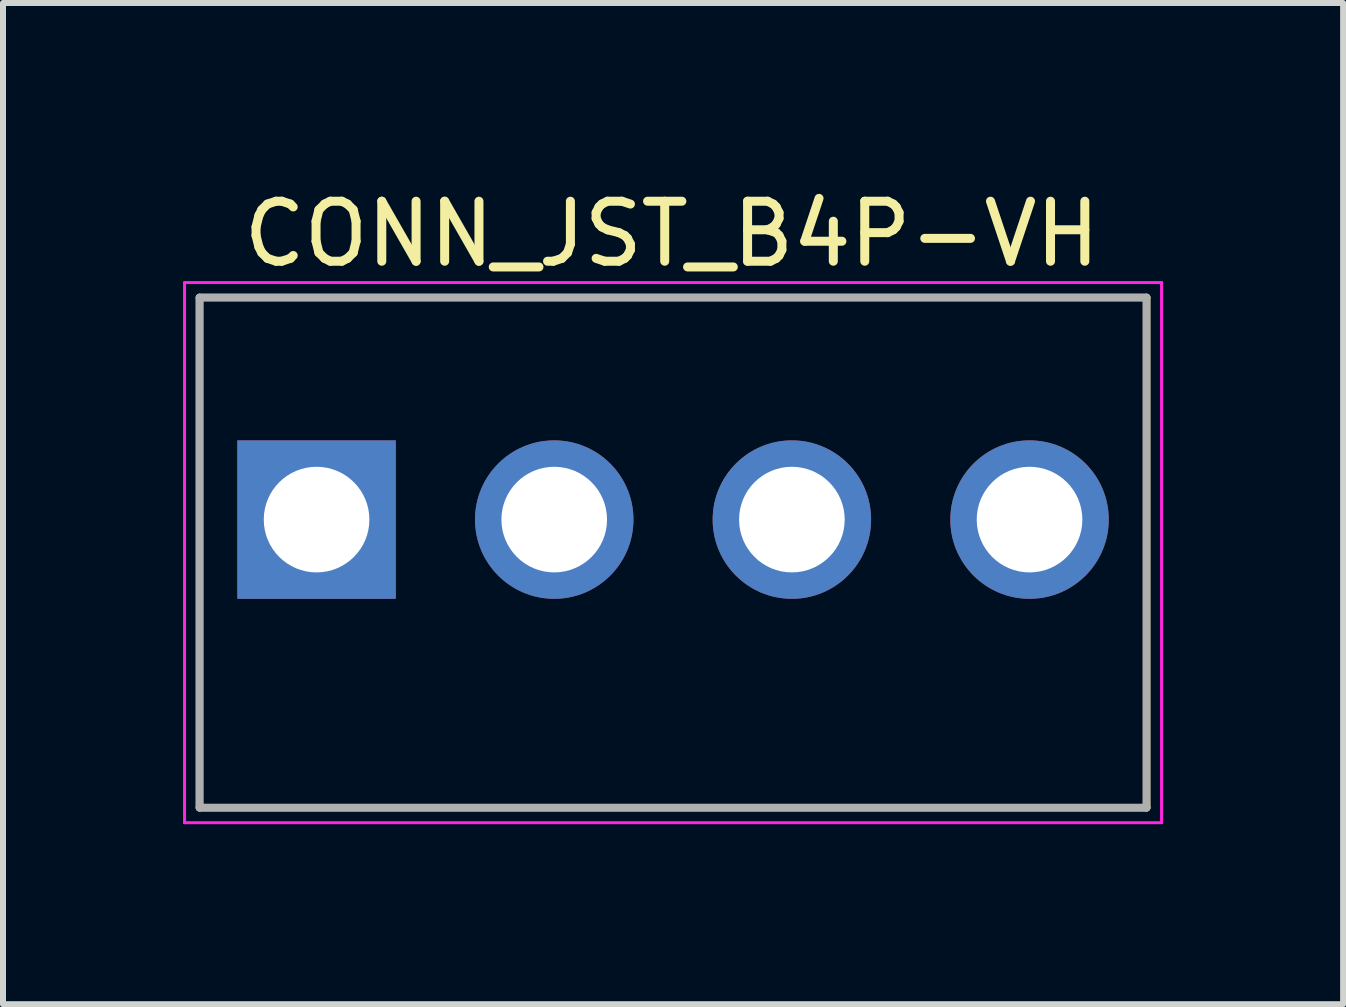
<source format=kicad_pcb>
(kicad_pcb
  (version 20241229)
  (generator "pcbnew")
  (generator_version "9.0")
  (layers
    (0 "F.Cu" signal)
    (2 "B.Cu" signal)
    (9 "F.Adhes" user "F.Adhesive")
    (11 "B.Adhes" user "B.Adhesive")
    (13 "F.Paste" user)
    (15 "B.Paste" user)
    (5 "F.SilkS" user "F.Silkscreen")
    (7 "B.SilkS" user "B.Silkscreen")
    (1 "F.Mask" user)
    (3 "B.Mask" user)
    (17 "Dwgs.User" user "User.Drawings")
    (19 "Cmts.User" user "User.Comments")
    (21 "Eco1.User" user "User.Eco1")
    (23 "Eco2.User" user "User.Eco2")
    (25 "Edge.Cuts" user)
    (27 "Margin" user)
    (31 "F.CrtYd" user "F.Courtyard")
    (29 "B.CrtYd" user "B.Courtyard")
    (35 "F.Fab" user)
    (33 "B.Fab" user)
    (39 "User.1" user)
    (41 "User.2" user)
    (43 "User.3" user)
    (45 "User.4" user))
  (footprint "CONN_JST_B4P-VH"
    (layer "F.Cu")
    (at 8.165 5.608)
    (property "Reference" "CONN_JST_B4P-VH" (at -0.02 -4.76 0) (layer "F.SilkS") (effects (font (size 1 1) (thickness 0.15))))
    (attr through_hole)
    (fp_line (start -7.89 -3.7) (end 7.89 -3.7) (stroke (width 0.127) (type solid)) (layer "F.SilkS"))
    (fp_line (start -7.89 4.8) (end -7.89 -3.7) (stroke (width 0.127) (type solid)) (layer "F.SilkS"))
    (fp_line (start 7.89 -3.7) (end 7.89 4.8) (stroke (width 0.127) (type solid)) (layer "F.SilkS"))
    (fp_line (start 7.89 4.8) (end -7.89 4.8) (stroke (width 0.127) (type solid)) (layer "F.SilkS"))
    (fp_line (start -8.14 -3.95) (end 8.14 -3.95) (stroke (width 0.05) (type solid)) (layer "F.CrtYd"))
    (fp_line (start -8.14 5.05) (end -8.14 -3.95) (stroke (width 0.05) (type solid)) (layer "F.CrtYd"))
    (fp_line (start 8.14 -3.95) (end 8.14 5.05) (stroke (width 0.05) (type solid)) (layer "F.CrtYd"))
    (fp_line (start 8.14 5.05) (end -8.14 5.05) (stroke (width 0.05) (type solid)) (layer "F.CrtYd"))
    (fp_line (start -7.89 -3.7) (end -7.89 4.8) (stroke (width 0.127) (type solid)) (layer "F.Fab"))
    (fp_line (start -7.89 4.8) (end 7.89 4.8) (stroke (width 0.127) (type solid)) (layer "F.Fab"))
    (fp_line (start 7.89 -3.7) (end -7.89 -3.7) (stroke (width 0.127) (type solid)) (layer "F.Fab"))
    (fp_line (start 7.89 4.8) (end 7.89 -3.7) (stroke (width 0.127) (type solid)) (layer "F.Fab"))
    (pad "1" thru_hole rect (at -5.94 0) (size 2.64 2.64) (drill 1.76) (layers "*.Cu" "*.Mask"))
    (pad "2" thru_hole circle (at -1.98 0) (size 2.64 2.64) (drill 1.76) (layers "*.Cu" "*.Mask"))
    (pad "3" thru_hole circle (at 1.98 0) (size 2.64 2.64) (drill 1.76) (layers "*.Cu" "*.Mask"))
    (pad "4" thru_hole circle (at 5.94 0) (size 2.64 2.64) (drill 1.76) (layers "*.Cu" "*.Mask")))
  (gr_rect
    (start -3 -3)
    (end 19.33 13.683)
    (stroke (width 0.1) (type default))
    (fill no)
    (layer "Edge.Cuts")))
</source>
